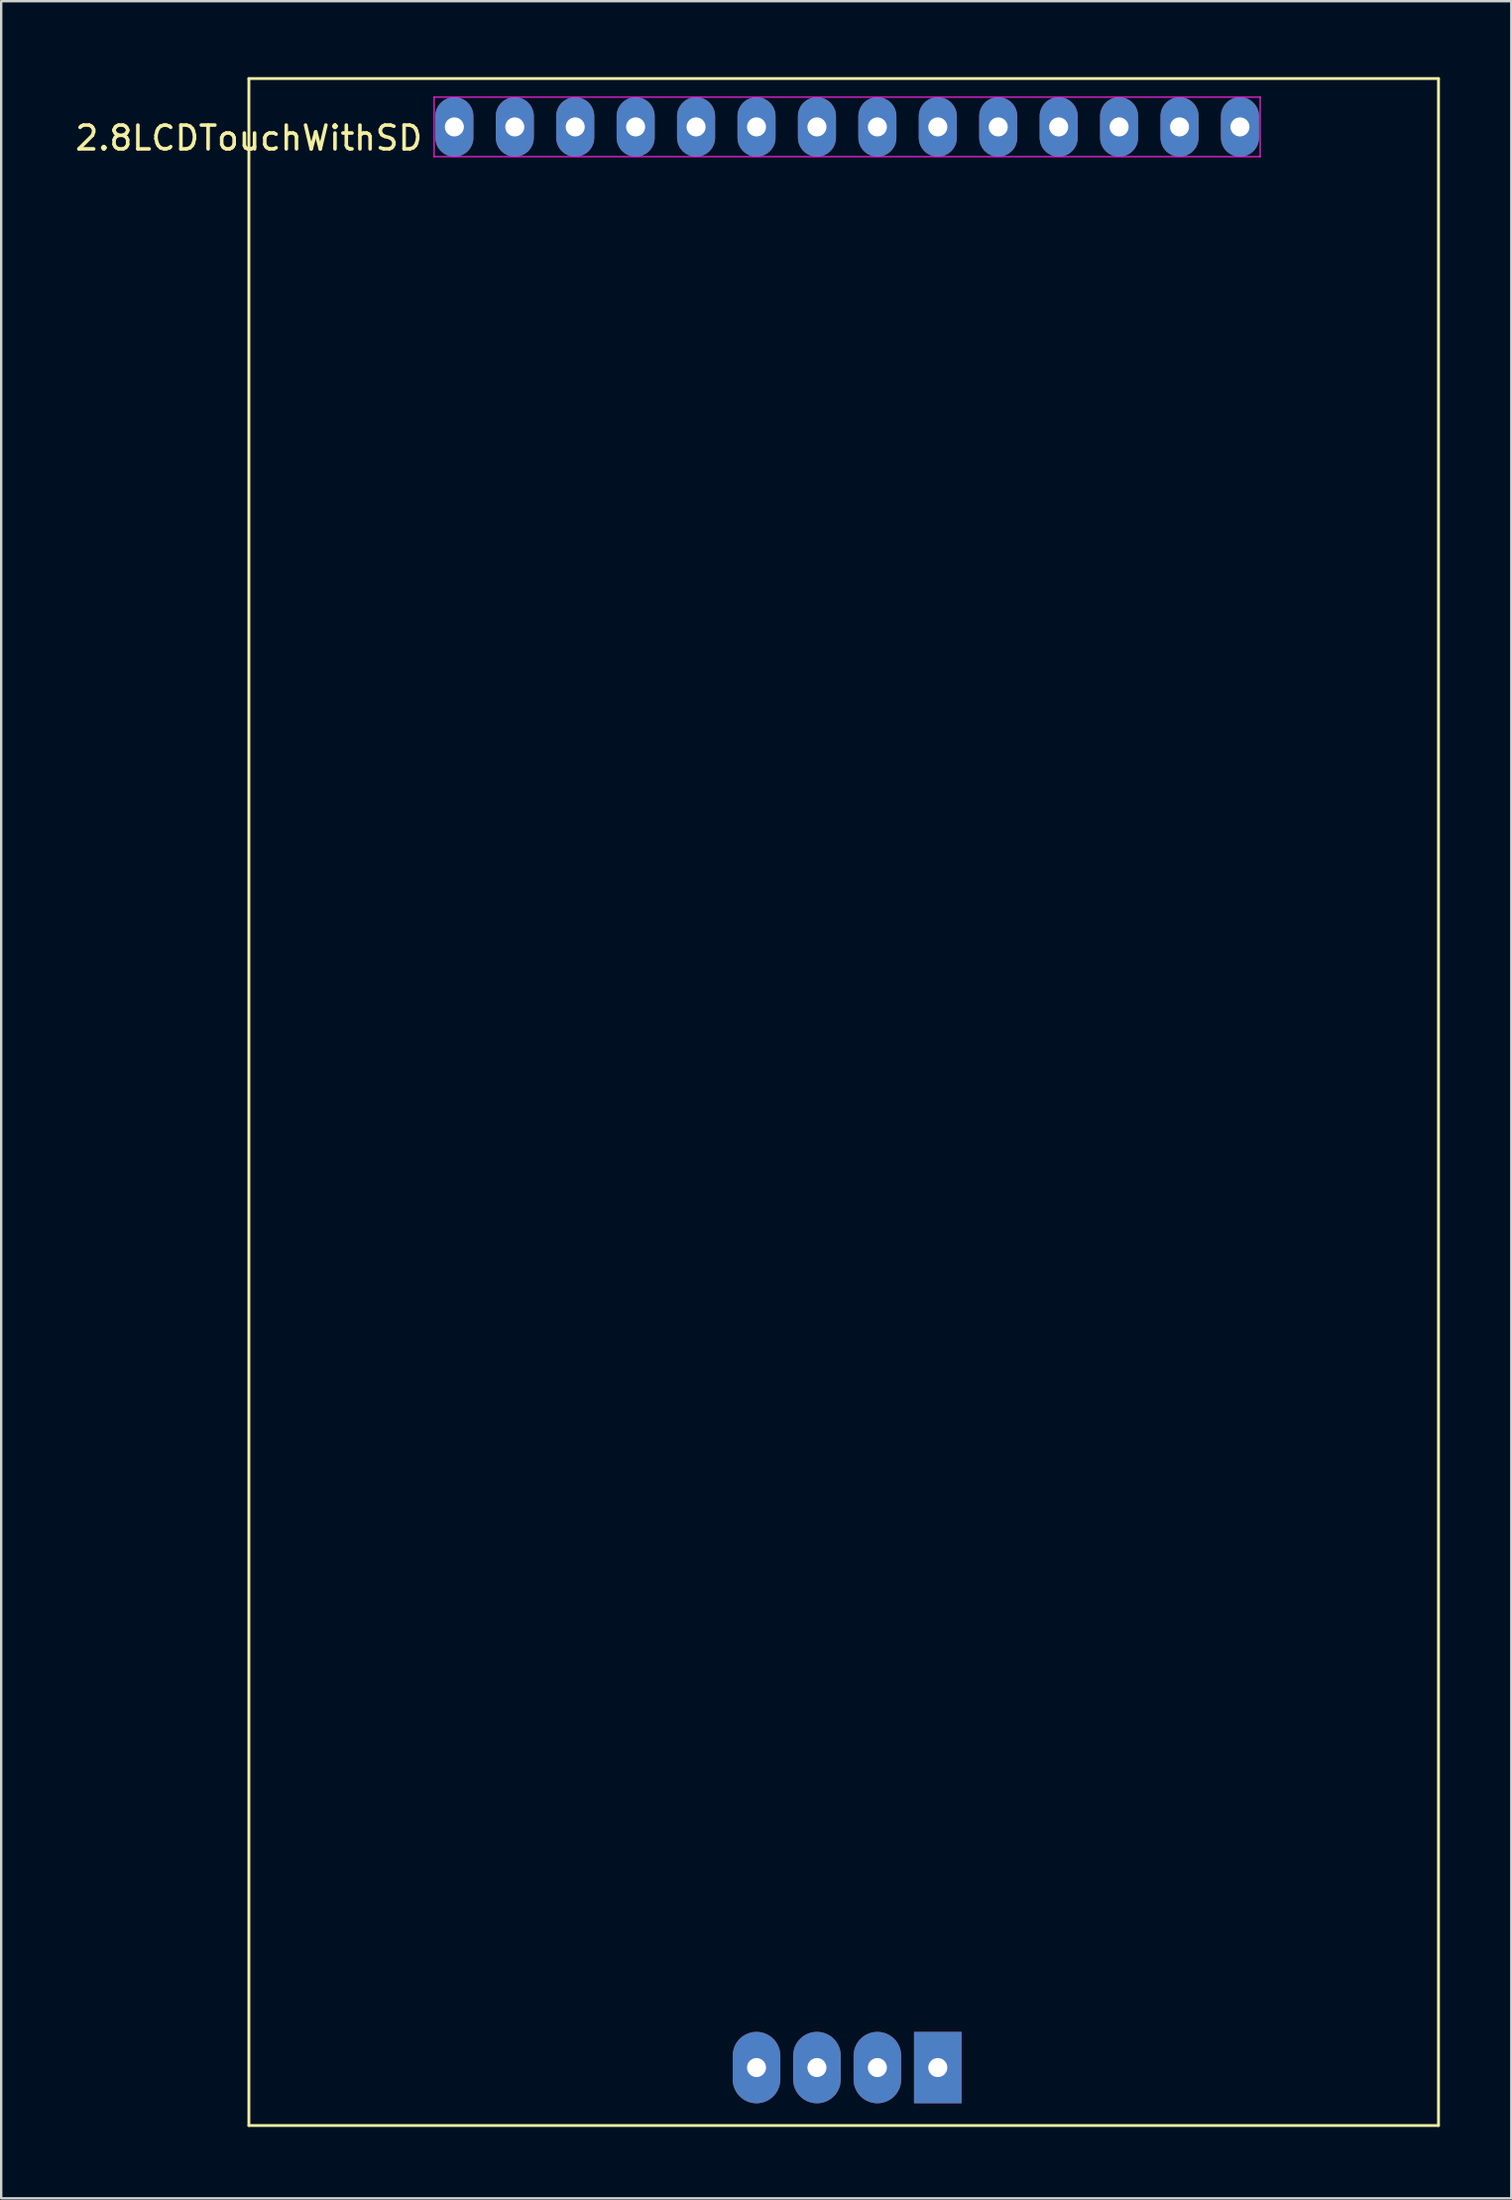
<source format=kicad_pcb>
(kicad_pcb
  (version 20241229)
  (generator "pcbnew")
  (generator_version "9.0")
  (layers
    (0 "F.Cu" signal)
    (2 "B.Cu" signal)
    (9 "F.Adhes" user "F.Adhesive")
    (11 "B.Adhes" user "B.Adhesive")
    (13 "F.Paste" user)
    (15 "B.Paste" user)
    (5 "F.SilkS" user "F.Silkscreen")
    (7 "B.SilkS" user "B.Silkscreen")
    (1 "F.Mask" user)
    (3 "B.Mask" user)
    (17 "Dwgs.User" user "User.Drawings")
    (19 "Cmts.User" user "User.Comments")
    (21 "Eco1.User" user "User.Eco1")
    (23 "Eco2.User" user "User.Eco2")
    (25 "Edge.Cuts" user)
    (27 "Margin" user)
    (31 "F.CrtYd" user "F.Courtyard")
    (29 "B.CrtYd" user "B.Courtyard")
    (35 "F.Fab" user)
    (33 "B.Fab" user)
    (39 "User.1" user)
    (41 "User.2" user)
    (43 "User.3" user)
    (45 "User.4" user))
  (footprint "2.8LCDTouchWithSD"
    (layer "F.Cu")
    (at 32.557 0.25)
    (property "Reference" "2.8LCDTouchWithSD" (at -25.146 2.5 0) (layer "F.SilkS") (effects (font (size 1 1) (thickness 0.15))))
    (attr through_hole)
    (fp_line (start -25.146 0) (end -25.146 86) (stroke (width 0.12) (type solid)) (layer "F.SilkS"))
    (fp_line (start -25.146 0) (end 24.854 0) (stroke (width 0.12) (type solid)) (layer "F.SilkS"))
    (fp_line (start -25.146 86) (end 24.854 86) (stroke (width 0.12) (type solid)) (layer "F.SilkS"))
    (fp_line (start 24.854 0) (end 24.854 86) (stroke (width 0.12) (type solid)) (layer "F.SilkS"))
    (fp_line (start -17.36 0.782) (end -17.36 3.282) (stroke (width 0.05) (type solid)) (layer "F.CrtYd"))
    (fp_line (start -17.36 3.282) (end 17.36 3.282) (stroke (width 0.05) (type solid)) (layer "F.CrtYd"))
    (fp_line (start 17.36 0.782) (end -17.36 0.782) (stroke (width 0.05) (type solid)) (layer "F.CrtYd"))
    (fp_line (start 17.36 3.282) (end 17.36 0.782) (stroke (width 0.05) (type solid)) (layer "F.CrtYd"))
    (pad "1" thru_hole rect (at 3.81 83.566) (size 2 3) (drill 0.8) (layers "*.Cu" "*.Mask"))
    (pad "2" thru_hole oval (at 1.27 83.566) (size 2 3) (drill 0.8) (layers "*.Cu" "*.Mask"))
    (pad "3" thru_hole oval (at -1.27 83.566) (size 2 3) (drill 0.8) (layers "*.Cu" "*.Mask"))
    (pad "4" thru_hole oval (at -3.81 83.566) (size 2 3) (drill 0.8) (layers "*.Cu" "*.Mask"))
    (pad "5" thru_hole oval (at 16.51 2.032) (size 1.6 2.5) (drill 0.8) (layers "*.Cu" "*.Mask"))
    (pad "6" thru_hole oval (at 13.97 2.032) (size 1.6 2.5) (drill 0.8) (layers "*.Cu" "*.Mask"))
    (pad "7" thru_hole oval (at 11.43 2.032) (size 1.6 2.5) (drill 0.8) (layers "*.Cu" "*.Mask"))
    (pad "8" thru_hole oval (at 8.89 2.032) (size 1.6 2.5) (drill 0.8) (layers "*.Cu" "*.Mask"))
    (pad "9" thru_hole oval (at 6.35 2.032) (size 1.6 2.5) (drill 0.8) (layers "*.Cu" "*.Mask"))
    (pad "10" thru_hole oval (at 3.81 2.032) (size 1.6 2.5) (drill 0.8) (layers "*.Cu" "*.Mask"))
    (pad "11" thru_hole oval (at 1.27 2.032) (size 1.6 2.5) (drill 0.8) (layers "*.Cu" "*.Mask"))
    (pad "12" thru_hole oval (at -1.27 2.032) (size 1.6 2.5) (drill 0.8) (layers "*.Cu" "*.Mask"))
    (pad "13" thru_hole oval (at -3.81 2.032) (size 1.6 2.5) (drill 0.8) (layers "*.Cu" "*.Mask"))
    (pad "14" thru_hole oval (at -6.35 2.032) (size 1.6 2.5) (drill 0.8) (layers "*.Cu" "*.Mask"))
    (pad "15" thru_hole oval (at -8.89 2.032 180) (size 1.6 2.5) (drill 0.8) (layers "*.Cu" "*.Mask"))
    (pad "16" thru_hole oval (at -11.43 2.032 180) (size 1.6 2.5) (drill 0.8) (layers "*.Cu" "*.Mask"))
    (pad "17" thru_hole oval (at -13.97 2.032 180) (size 1.6 2.5) (drill 0.8) (layers "*.Cu" "*.Mask"))
    (pad "18" thru_hole oval (at -16.51 2.032 180) (size 1.6 2.5) (drill 0.8) (layers "*.Cu" "*.Mask")))
  (gr_rect
    (start -3 -3)
    (end 60.471 89.31)
    (stroke (width 0.1) (type default))
    (fill no)
    (layer "Edge.Cuts")))
</source>
